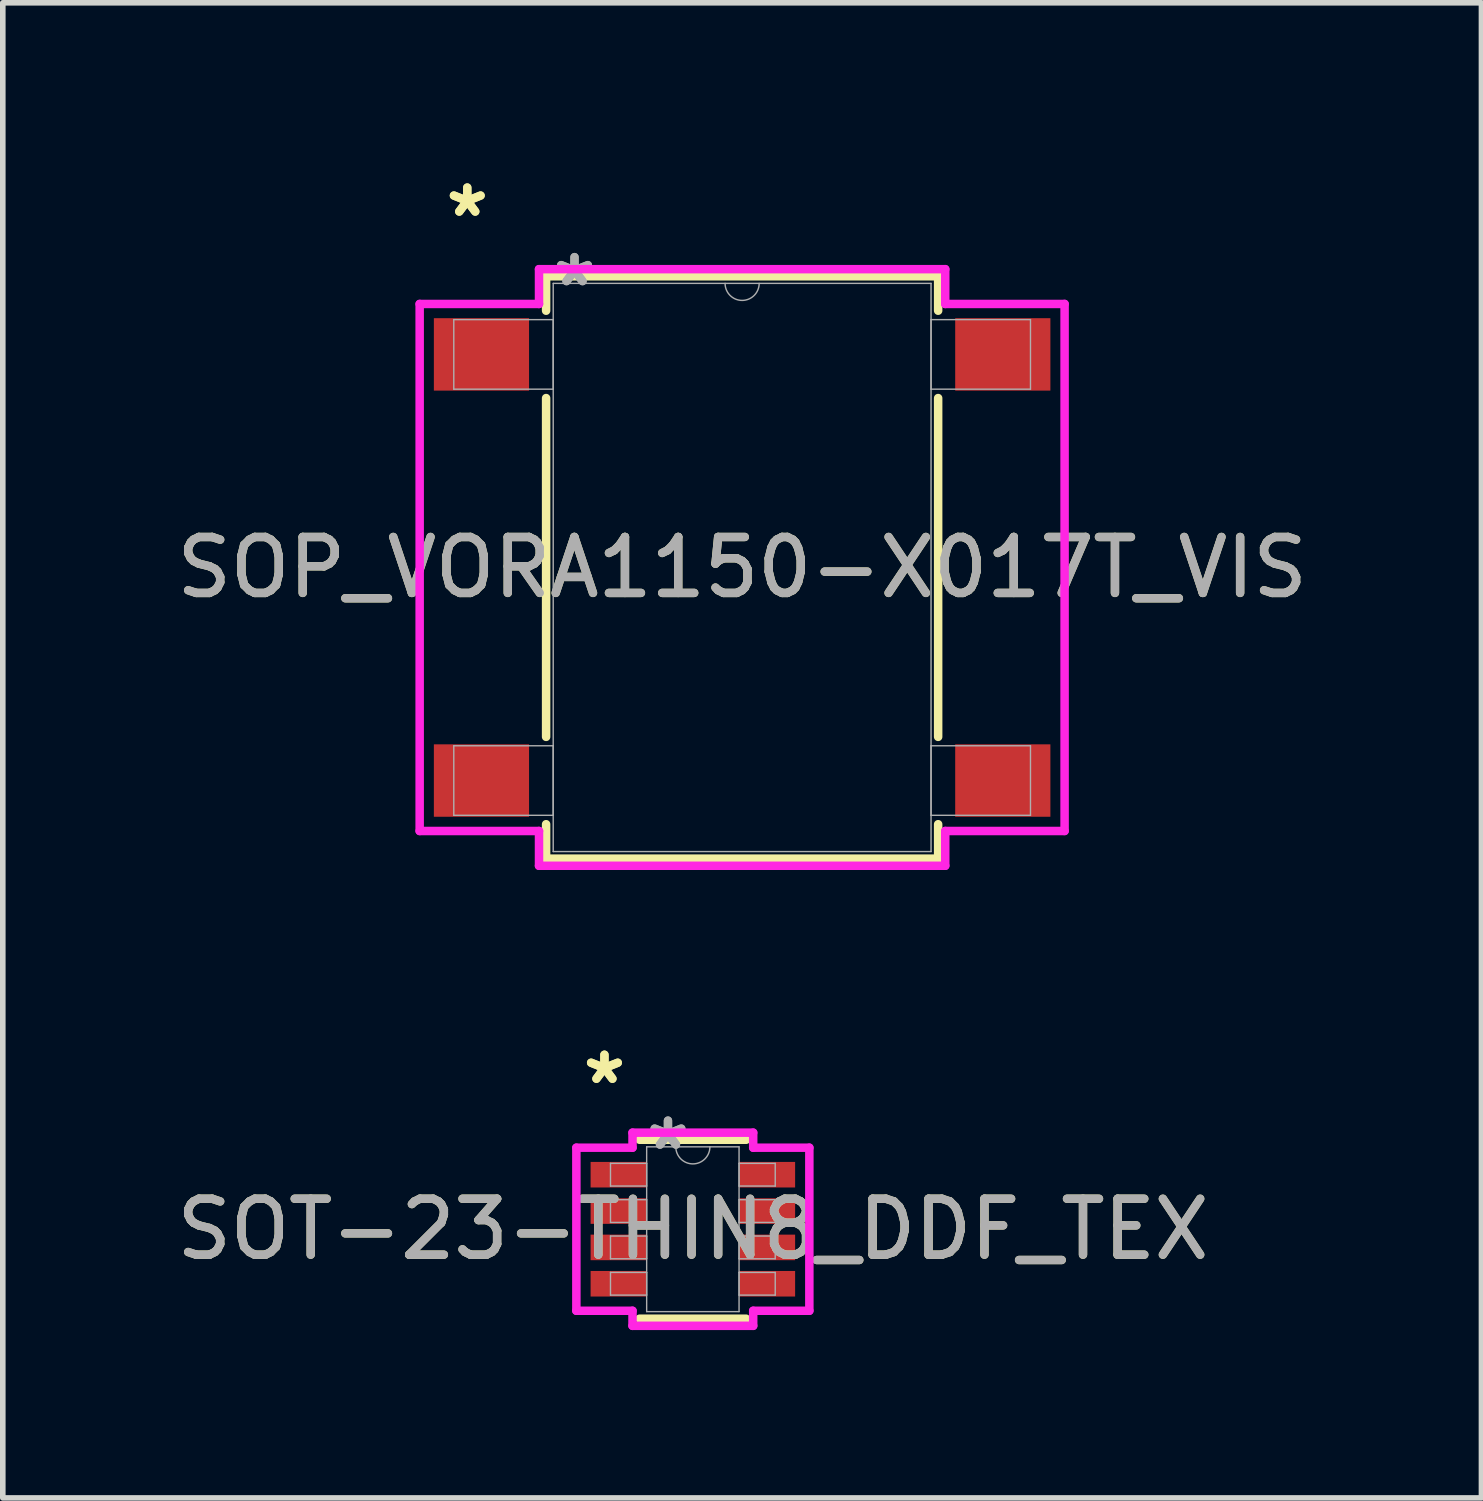
<source format=kicad_pcb>
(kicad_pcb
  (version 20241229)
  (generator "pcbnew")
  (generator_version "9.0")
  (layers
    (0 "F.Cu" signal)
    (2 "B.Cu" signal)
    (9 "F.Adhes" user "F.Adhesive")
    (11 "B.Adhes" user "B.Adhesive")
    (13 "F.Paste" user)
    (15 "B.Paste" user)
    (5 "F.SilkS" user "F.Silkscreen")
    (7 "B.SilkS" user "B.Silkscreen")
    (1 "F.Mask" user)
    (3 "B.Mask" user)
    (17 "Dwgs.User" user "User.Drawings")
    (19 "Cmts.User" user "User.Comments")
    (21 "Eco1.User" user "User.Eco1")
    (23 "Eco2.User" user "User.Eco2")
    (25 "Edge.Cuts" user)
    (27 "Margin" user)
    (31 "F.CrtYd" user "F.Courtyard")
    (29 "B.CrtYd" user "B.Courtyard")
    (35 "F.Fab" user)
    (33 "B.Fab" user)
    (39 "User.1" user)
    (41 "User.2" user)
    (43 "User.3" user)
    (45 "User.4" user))
  (footprint "SOP_VORA1150-X017T_VIS"
    (layer "F.Cu")
    (at 10.22 7.097)
    (property "Reference" "SOP_VORA1150-X017T_VIS" (at 0 0 0) (unlocked yes) (layer "F.SilkS") (effects (font (size 1 1) (thickness 0.15))))
    (attr smd)
    (fp_line (start -3.505 -5.207) (end -3.505 -4.591) (stroke (width 0.152) (type solid)) (layer "F.SilkS"))
    (fp_line (start -3.505 -3.029) (end -3.505 3.029) (stroke (width 0.152) (type solid)) (layer "F.SilkS"))
    (fp_line (start -3.505 4.591) (end -3.505 5.207) (stroke (width 0.152) (type solid)) (layer "F.SilkS"))
    (fp_line (start -3.505 5.207) (end 3.505 5.207) (stroke (width 0.152) (type solid)) (layer "F.SilkS"))
    (fp_line (start 3.505 -5.207) (end -3.505 -5.207) (stroke (width 0.152) (type solid)) (layer "F.SilkS"))
    (fp_line (start 3.505 -4.591) (end 3.505 -5.207) (stroke (width 0.152) (type solid)) (layer "F.SilkS"))
    (fp_line (start 3.505 3.029) (end 3.505 -3.029) (stroke (width 0.152) (type solid)) (layer "F.SilkS"))
    (fp_line (start 3.505 5.207) (end 3.505 4.591) (stroke (width 0.152) (type solid)) (layer "F.SilkS"))
    (fp_line (start -5.766 -4.712) (end -3.632 -4.712) (stroke (width 0.152) (type solid)) (layer "F.CrtYd"))
    (fp_line (start -5.766 4.712) (end -5.766 -4.712) (stroke (width 0.152) (type solid)) (layer "F.CrtYd"))
    (fp_line (start -5.766 4.712) (end -3.632 4.712) (stroke (width 0.152) (type solid)) (layer "F.CrtYd"))
    (fp_line (start -3.632 -5.334) (end 3.632 -5.334) (stroke (width 0.152) (type solid)) (layer "F.CrtYd"))
    (fp_line (start -3.632 -4.712) (end -3.632 -5.334) (stroke (width 0.152) (type solid)) (layer "F.CrtYd"))
    (fp_line (start -3.632 5.334) (end -3.632 4.712) (stroke (width 0.152) (type solid)) (layer "F.CrtYd"))
    (fp_line (start 3.632 -5.334) (end 3.632 -4.712) (stroke (width 0.152) (type solid)) (layer "F.CrtYd"))
    (fp_line (start 3.632 4.712) (end 3.632 5.334) (stroke (width 0.152) (type solid)) (layer "F.CrtYd"))
    (fp_line (start 3.632 5.334) (end -3.632 5.334) (stroke (width 0.152) (type solid)) (layer "F.CrtYd"))
    (fp_line (start 5.766 -4.712) (end 3.632 -4.712) (stroke (width 0.152) (type solid)) (layer "F.CrtYd"))
    (fp_line (start 5.766 -4.712) (end 5.766 4.712) (stroke (width 0.152) (type solid)) (layer "F.CrtYd"))
    (fp_line (start 5.766 4.712) (end 3.632 4.712) (stroke (width 0.152) (type solid)) (layer "F.CrtYd"))
    (fp_line (start -5.156 -4.432) (end -5.156 -3.188) (stroke (width 0.025) (type solid)) (layer "F.Fab"))
    (fp_line (start -5.156 -3.188) (end -3.378 -3.188) (stroke (width 0.025) (type solid)) (layer "F.Fab"))
    (fp_line (start -5.156 3.188) (end -5.156 4.432) (stroke (width 0.025) (type solid)) (layer "F.Fab"))
    (fp_line (start -5.156 4.432) (end -3.378 4.432) (stroke (width 0.025) (type solid)) (layer "F.Fab"))
    (fp_line (start -3.378 -5.08) (end -3.378 5.08) (stroke (width 0.025) (type solid)) (layer "F.Fab"))
    (fp_line (start -3.378 -4.432) (end -5.156 -4.432) (stroke (width 0.025) (type solid)) (layer "F.Fab"))
    (fp_line (start -3.378 -3.188) (end -3.378 -4.432) (stroke (width 0.025) (type solid)) (layer "F.Fab"))
    (fp_line (start -3.378 3.188) (end -5.156 3.188) (stroke (width 0.025) (type solid)) (layer "F.Fab"))
    (fp_line (start -3.378 4.432) (end -3.378 3.188) (stroke (width 0.025) (type solid)) (layer "F.Fab"))
    (fp_line (start -3.378 5.08) (end 3.378 5.08) (stroke (width 0.025) (type solid)) (layer "F.Fab"))
    (fp_line (start 3.378 -5.08) (end -3.378 -5.08) (stroke (width 0.025) (type solid)) (layer "F.Fab"))
    (fp_line (start 3.378 -4.432) (end 3.378 -3.188) (stroke (width 0.025) (type solid)) (layer "F.Fab"))
    (fp_line (start 3.378 -3.188) (end 5.156 -3.188) (stroke (width 0.025) (type solid)) (layer "F.Fab"))
    (fp_line (start 3.378 3.188) (end 3.378 4.432) (stroke (width 0.025) (type solid)) (layer "F.Fab"))
    (fp_line (start 3.378 4.432) (end 5.156 4.432) (stroke (width 0.025) (type solid)) (layer "F.Fab"))
    (fp_line (start 3.378 5.08) (end 3.378 -5.08) (stroke (width 0.025) (type solid)) (layer "F.Fab"))
    (fp_line (start 5.156 -4.432) (end 3.378 -4.432) (stroke (width 0.025) (type solid)) (layer "F.Fab"))
    (fp_line (start 5.156 -3.188) (end 5.156 -4.432) (stroke (width 0.025) (type solid)) (layer "F.Fab"))
    (fp_line (start 5.156 3.188) (end 3.378 3.188) (stroke (width 0.025) (type solid)) (layer "F.Fab"))
    (fp_line (start 5.156 4.432) (end 5.156 3.188) (stroke (width 0.025) (type solid)) (layer "F.Fab"))
    (fp_arc (start 0.3048 -5.08) (mid 0 -4.7752) (end -0.3048 -5.08) (stroke (width 0.0254) (type solid)) (layer "F.Fab"))
    (fp_text user "*" (at -4.915 -6.248 0) (layer "F.SilkS") (effects (font (size 1 1) (thickness 0.15))))
    (fp_text user "*" (at -4.915 -6.248 0) (unlocked yes) (layer "F.SilkS") (effects (font (size 1 1) (thickness 0.15))))
    (fp_text user "${REFERENCE}" (at 0 0 0) (unlocked yes) (layer "F.Fab") (effects (font (size 1 1) (thickness 0.15))))
    (fp_text user "*" (at -2.997 -5.004 0) (unlocked yes) (layer "F.Fab") (effects (font (size 1 1) (thickness 0.15))))
    (fp_text user "*" (at -2.997 -5.004 0) (layer "F.Fab") (effects (font (size 1 1) (thickness 0.15))))
    (pad "1" smd rect (at -4.661 -3.81) (size 1.702 1.295) (layers "F.Cu" "F.Mask" "F.Paste"))
    (pad "2" smd rect (at -4.661 3.81) (size 1.702 1.295) (layers "F.Cu" "F.Mask" "F.Paste"))
    (pad "3" smd rect (at 4.661 3.81) (size 1.702 1.295) (layers "F.Cu" "F.Mask" "F.Paste"))
    (pad "4" smd rect (at 4.661 -3.81) (size 1.702 1.295) (layers "F.Cu" "F.Mask" "F.Paste")))
  (footprint "SOT-23-THIN8_DDF_TEX"
    (layer "F.Cu")
    (at 9.339 18.93)
    (property "Reference" "SOT-23-THIN8_DDF_TEX" (at 0 0 0) (unlocked yes) (layer "F.SilkS") (effects (font (size 1 1) (thickness 0.15))))
    (attr smd)
    (fp_line (start -0.953 1.6) (end 0.953 1.6) (stroke (width 0.152) (type solid)) (layer "F.SilkS"))
    (fp_line (start 0.953 -1.6) (end -0.953 -1.6) (stroke (width 0.152) (type solid)) (layer "F.SilkS"))
    (fp_line (start -2.083 -1.458) (end -1.079 -1.458) (stroke (width 0.152) (type solid)) (layer "F.CrtYd"))
    (fp_line (start -2.083 1.458) (end -2.083 -1.458) (stroke (width 0.152) (type solid)) (layer "F.CrtYd"))
    (fp_line (start -2.083 1.458) (end -1.079 1.458) (stroke (width 0.152) (type solid)) (layer "F.CrtYd"))
    (fp_line (start -1.079 -1.727) (end 1.079 -1.727) (stroke (width 0.152) (type solid)) (layer "F.CrtYd"))
    (fp_line (start -1.079 -1.458) (end -1.079 -1.727) (stroke (width 0.152) (type solid)) (layer "F.CrtYd"))
    (fp_line (start -1.079 1.727) (end -1.079 1.458) (stroke (width 0.152) (type solid)) (layer "F.CrtYd"))
    (fp_line (start 1.079 -1.727) (end 1.079 -1.458) (stroke (width 0.152) (type solid)) (layer "F.CrtYd"))
    (fp_line (start 1.079 1.458) (end 1.079 1.727) (stroke (width 0.152) (type solid)) (layer "F.CrtYd"))
    (fp_line (start 1.079 1.727) (end -1.079 1.727) (stroke (width 0.152) (type solid)) (layer "F.CrtYd"))
    (fp_line (start 2.083 -1.458) (end 1.079 -1.458) (stroke (width 0.152) (type solid)) (layer "F.CrtYd"))
    (fp_line (start 2.083 -1.458) (end 2.083 1.458) (stroke (width 0.152) (type solid)) (layer "F.CrtYd"))
    (fp_line (start 2.083 1.458) (end 1.079 1.458) (stroke (width 0.152) (type solid)) (layer "F.CrtYd"))
    (fp_line (start -1.473 -1.178) (end -1.473 -0.772) (stroke (width 0.025) (type solid)) (layer "F.Fab"))
    (fp_line (start -1.473 -0.772) (end -0.826 -0.772) (stroke (width 0.025) (type solid)) (layer "F.Fab"))
    (fp_line (start -1.473 -0.528) (end -1.473 -0.122) (stroke (width 0.025) (type solid)) (layer "F.Fab"))
    (fp_line (start -1.473 -0.122) (end -0.826 -0.122) (stroke (width 0.025) (type solid)) (layer "F.Fab"))
    (fp_line (start -1.473 0.122) (end -1.473 0.528) (stroke (width 0.025) (type solid)) (layer "F.Fab"))
    (fp_line (start -1.473 0.528) (end -0.826 0.528) (stroke (width 0.025) (type solid)) (layer "F.Fab"))
    (fp_line (start -1.473 0.772) (end -1.473 1.178) (stroke (width 0.025) (type solid)) (layer "F.Fab"))
    (fp_line (start -1.473 1.178) (end -0.826 1.178) (stroke (width 0.025) (type solid)) (layer "F.Fab"))
    (fp_line (start -0.826 -1.473) (end -0.826 1.473) (stroke (width 0.025) (type solid)) (layer "F.Fab"))
    (fp_line (start -0.826 -1.178) (end -1.473 -1.178) (stroke (width 0.025) (type solid)) (layer "F.Fab"))
    (fp_line (start -0.826 -0.772) (end -0.826 -1.178) (stroke (width 0.025) (type solid)) (layer "F.Fab"))
    (fp_line (start -0.826 -0.528) (end -1.473 -0.528) (stroke (width 0.025) (type solid)) (layer "F.Fab"))
    (fp_line (start -0.826 -0.122) (end -0.826 -0.528) (stroke (width 0.025) (type solid)) (layer "F.Fab"))
    (fp_line (start -0.826 0.122) (end -1.473 0.122) (stroke (width 0.025) (type solid)) (layer "F.Fab"))
    (fp_line (start -0.826 0.528) (end -0.826 0.122) (stroke (width 0.025) (type solid)) (layer "F.Fab"))
    (fp_line (start -0.826 0.772) (end -1.473 0.772) (stroke (width 0.025) (type solid)) (layer "F.Fab"))
    (fp_line (start -0.826 1.178) (end -0.826 0.772) (stroke (width 0.025) (type solid)) (layer "F.Fab"))
    (fp_line (start -0.826 1.473) (end 0.826 1.473) (stroke (width 0.025) (type solid)) (layer "F.Fab"))
    (fp_line (start 0.826 -1.473) (end -0.826 -1.473) (stroke (width 0.025) (type solid)) (layer "F.Fab"))
    (fp_line (start 0.826 -1.178) (end 0.826 -0.772) (stroke (width 0.025) (type solid)) (layer "F.Fab"))
    (fp_line (start 0.826 -0.772) (end 1.473 -0.772) (stroke (width 0.025) (type solid)) (layer "F.Fab"))
    (fp_line (start 0.826 -0.528) (end 0.826 -0.122) (stroke (width 0.025) (type solid)) (layer "F.Fab"))
    (fp_line (start 0.826 -0.122) (end 1.473 -0.122) (stroke (width 0.025) (type solid)) (layer "F.Fab"))
    (fp_line (start 0.826 0.122) (end 0.826 0.528) (stroke (width 0.025) (type solid)) (layer "F.Fab"))
    (fp_line (start 0.826 0.528) (end 1.473 0.528) (stroke (width 0.025) (type solid)) (layer "F.Fab"))
    (fp_line (start 0.826 0.772) (end 0.826 1.178) (stroke (width 0.025) (type solid)) (layer "F.Fab"))
    (fp_line (start 0.826 1.178) (end 1.473 1.178) (stroke (width 0.025) (type solid)) (layer "F.Fab"))
    (fp_line (start 0.826 1.473) (end 0.826 -1.473) (stroke (width 0.025) (type solid)) (layer "F.Fab"))
    (fp_line (start 1.473 -1.178) (end 0.826 -1.178) (stroke (width 0.025) (type solid)) (layer "F.Fab"))
    (fp_line (start 1.473 -0.772) (end 1.473 -1.178) (stroke (width 0.025) (type solid)) (layer "F.Fab"))
    (fp_line (start 1.473 -0.528) (end 0.826 -0.528) (stroke (width 0.025) (type solid)) (layer "F.Fab"))
    (fp_line (start 1.473 -0.122) (end 1.473 -0.528) (stroke (width 0.025) (type solid)) (layer "F.Fab"))
    (fp_line (start 1.473 0.122) (end 0.826 0.122) (stroke (width 0.025) (type solid)) (layer "F.Fab"))
    (fp_line (start 1.473 0.528) (end 1.473 0.122) (stroke (width 0.025) (type solid)) (layer "F.Fab"))
    (fp_line (start 1.473 0.772) (end 0.826 0.772) (stroke (width 0.025) (type solid)) (layer "F.Fab"))
    (fp_line (start 1.473 1.178) (end 1.473 0.772) (stroke (width 0.025) (type solid)) (layer "F.Fab"))
    (fp_arc (start 0.3048 -1.4732) (mid 0 -1.1684) (end -0.3048 -1.4732) (stroke (width 0.0254) (type solid)) (layer "F.Fab"))
    (fp_text user "*" (at -1.581 -2.575 0) (layer "F.SilkS") (effects (font (size 1 1) (thickness 0.15))))
    (fp_text user "*" (at -1.581 -2.575 0) (unlocked yes) (layer "F.SilkS") (effects (font (size 1 1) (thickness 0.15))))
    (fp_text user "*" (at -0.445 -1.397 0) (layer "F.Fab") (effects (font (size 1 1) (thickness 0.15))))
    (fp_text user "*" (at -0.445 -1.397 0) (unlocked yes) (layer "F.Fab") (effects (font (size 1 1) (thickness 0.15))))
    (fp_text user "${REFERENCE}" (at 0 0 0) (unlocked yes) (layer "F.Fab") (effects (font (size 1 1) (thickness 0.15))))
    (pad "1" smd rect (at -1.327 -0.975) (size 1.003 0.457) (layers "F.Cu" "F.Mask" "F.Paste"))
    (pad "2" smd rect (at -1.327 -0.325) (size 1.003 0.457) (layers "F.Cu" "F.Mask" "F.Paste"))
    (pad "3" smd rect (at -1.327 0.325) (size 1.003 0.457) (layers "F.Cu" "F.Mask" "F.Paste"))
    (pad "4" smd rect (at -1.327 0.975) (size 1.003 0.457) (layers "F.Cu" "F.Mask" "F.Paste"))
    (pad "5" smd rect (at 1.327 0.975) (size 1.003 0.457) (layers "F.Cu" "F.Mask" "F.Paste"))
    (pad "6" smd rect (at 1.327 0.325) (size 1.003 0.457) (layers "F.Cu" "F.Mask" "F.Paste"))
    (pad "7" smd rect (at 1.327 -0.325) (size 1.003 0.457) (layers "F.Cu" "F.Mask" "F.Paste"))
    (pad "8" smd rect (at 1.327 -0.975) (size 1.003 0.457) (layers "F.Cu" "F.Mask" "F.Paste")))
  (gr_rect
    (start -3 -3)
    (end 23.44 23.734)
    (stroke (width 0.1) (type default))
    (fill no)
    (layer "Edge.Cuts")))
</source>
